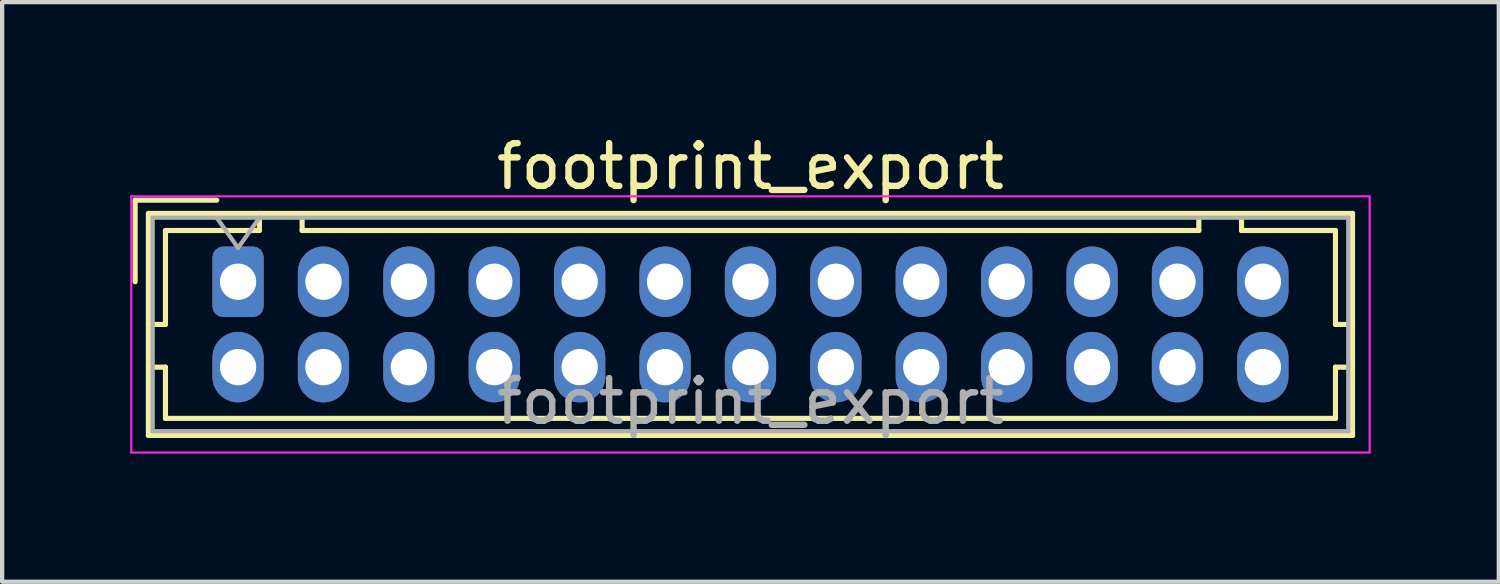
<source format=kicad_pcb>
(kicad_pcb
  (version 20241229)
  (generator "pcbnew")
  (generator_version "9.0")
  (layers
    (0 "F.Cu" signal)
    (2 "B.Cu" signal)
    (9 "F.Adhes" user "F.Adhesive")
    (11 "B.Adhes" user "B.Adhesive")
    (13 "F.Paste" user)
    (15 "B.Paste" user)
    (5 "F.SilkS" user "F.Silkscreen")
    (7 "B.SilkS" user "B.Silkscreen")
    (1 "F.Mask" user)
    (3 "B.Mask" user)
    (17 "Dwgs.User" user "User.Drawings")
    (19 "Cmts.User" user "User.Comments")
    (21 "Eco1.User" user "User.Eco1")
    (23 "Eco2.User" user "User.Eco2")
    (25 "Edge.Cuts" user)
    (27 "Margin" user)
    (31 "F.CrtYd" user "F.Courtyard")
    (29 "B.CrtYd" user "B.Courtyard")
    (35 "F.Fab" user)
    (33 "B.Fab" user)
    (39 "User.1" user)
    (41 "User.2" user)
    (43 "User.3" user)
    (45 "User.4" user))
  (footprint "footprint_export"
    (layer "F.Cu")
    (at 2.525 3.548)
    (property "Reference" "footprint_export" (at 12 -2.7 0) (layer "F.SilkS") (effects (font (size 1 1) (thickness 0.15))))
    (attr through_hole)
    (fp_line (start -2.41 -1.91) (end -0.5 -1.91) (stroke (width 0.12) (type solid)) (layer "F.SilkS"))
    (fp_line (start -2.41 0) (end -2.41 -1.91) (stroke (width 0.12) (type solid)) (layer "F.SilkS"))
    (fp_line (start -2.1 -1.6) (end -2.1 3.6) (stroke (width 0.12) (type solid)) (layer "F.SilkS"))
    (fp_line (start -2.1 1) (end -1.7 1) (stroke (width 0.12) (type solid)) (layer "F.SilkS"))
    (fp_line (start -2.1 2) (end -1.7 2) (stroke (width 0.12) (type solid)) (layer "F.SilkS"))
    (fp_line (start -2.1 3.6) (end 26.1 3.6) (stroke (width 0.12) (type solid)) (layer "F.SilkS"))
    (fp_line (start -1.7 -1.2) (end 0.5 -1.2) (stroke (width 0.12) (type solid)) (layer "F.SilkS"))
    (fp_line (start -1.7 1) (end -1.7 -1.2) (stroke (width 0.12) (type solid)) (layer "F.SilkS"))
    (fp_line (start -1.7 2) (end -1.7 3.2) (stroke (width 0.12) (type solid)) (layer "F.SilkS"))
    (fp_line (start -1.7 3.2) (end 25.7 3.2) (stroke (width 0.12) (type solid)) (layer "F.SilkS"))
    (fp_line (start 0.5 -1.2) (end 0.5 -1.6) (stroke (width 0.12) (type solid)) (layer "F.SilkS"))
    (fp_line (start 1.5 -1.6) (end 1.5 -1.2) (stroke (width 0.12) (type solid)) (layer "F.SilkS"))
    (fp_line (start 1.5 -1.2) (end 22.5 -1.2) (stroke (width 0.12) (type solid)) (layer "F.SilkS"))
    (fp_line (start 22.5 -1.2) (end 22.5 -1.6) (stroke (width 0.12) (type solid)) (layer "F.SilkS"))
    (fp_line (start 23.5 -1.2) (end 23.5 -1.6) (stroke (width 0.12) (type solid)) (layer "F.SilkS"))
    (fp_line (start 25.7 -1.2) (end 23.5 -1.2) (stroke (width 0.12) (type solid)) (layer "F.SilkS"))
    (fp_line (start 25.7 1) (end 25.7 -1.2) (stroke (width 0.12) (type solid)) (layer "F.SilkS"))
    (fp_line (start 25.7 2) (end 26.1 2) (stroke (width 0.12) (type solid)) (layer "F.SilkS"))
    (fp_line (start 25.7 3.2) (end 25.7 2) (stroke (width 0.12) (type solid)) (layer "F.SilkS"))
    (fp_line (start 26.1 -1.6) (end -2.1 -1.6) (stroke (width 0.12) (type solid)) (layer "F.SilkS"))
    (fp_line (start 26.1 1) (end 25.7 1) (stroke (width 0.12) (type solid)) (layer "F.SilkS"))
    (fp_line (start 26.1 3.6) (end 26.1 -1.6) (stroke (width 0.12) (type solid)) (layer "F.SilkS"))
    (fp_line (start -2.5 -2) (end -2.5 4) (stroke (width 0.05) (type solid)) (layer "F.CrtYd"))
    (fp_line (start -2.5 4) (end 26.5 4) (stroke (width 0.05) (type solid)) (layer "F.CrtYd"))
    (fp_line (start 26.5 -2) (end -2.5 -2) (stroke (width 0.05) (type solid)) (layer "F.CrtYd"))
    (fp_line (start 26.5 4) (end 26.5 -2) (stroke (width 0.05) (type solid)) (layer "F.CrtYd"))
    (fp_line (start -2 -1.5) (end -2 3.5) (stroke (width 0.1) (type solid)) (layer "F.Fab"))
    (fp_line (start -2 3.5) (end 26 3.5) (stroke (width 0.1) (type solid)) (layer "F.Fab"))
    (fp_line (start -0.5 -1.5) (end 0 -0.793) (stroke (width 0.1) (type solid)) (layer "F.Fab"))
    (fp_line (start 0 -0.793) (end 0.5 -1.5) (stroke (width 0.1) (type solid)) (layer "F.Fab"))
    (fp_line (start 26 -1.5) (end -2 -1.5) (stroke (width 0.1) (type solid)) (layer "F.Fab"))
    (fp_line (start 26 3.5) (end 26 -1.5) (stroke (width 0.1) (type solid)) (layer "F.Fab"))
    (fp_text user "${REFERENCE}" (at 12 2.8 0) (layer "F.Fab") (effects (font (size 1 1) (thickness 0.15))))
    (pad "1" thru_hole roundrect (at 0 0) (size 1.2 1.65) (drill 0.85) (layers "*.Cu" "*.Mask") (roundrect_rratio 0.208))
    (pad "2" thru_hole oval (at 0 2) (size 1.2 1.65) (drill 0.85) (layers "*.Cu" "*.Mask"))
    (pad "3" thru_hole oval (at 2 0) (size 1.2 1.65) (drill 0.85) (layers "*.Cu" "*.Mask"))
    (pad "4" thru_hole oval (at 2 2) (size 1.2 1.65) (drill 0.85) (layers "*.Cu" "*.Mask"))
    (pad "5" thru_hole oval (at 4 0) (size 1.2 1.65) (drill 0.85) (layers "*.Cu" "*.Mask"))
    (pad "6" thru_hole oval (at 4 2) (size 1.2 1.65) (drill 0.85) (layers "*.Cu" "*.Mask"))
    (pad "7" thru_hole oval (at 6 0) (size 1.2 1.65) (drill 0.85) (layers "*.Cu" "*.Mask"))
    (pad "8" thru_hole oval (at 6 2) (size 1.2 1.65) (drill 0.85) (layers "*.Cu" "*.Mask"))
    (pad "9" thru_hole oval (at 8 0) (size 1.2 1.65) (drill 0.85) (layers "*.Cu" "*.Mask"))
    (pad "10" thru_hole oval (at 8 2) (size 1.2 1.65) (drill 0.85) (layers "*.Cu" "*.Mask"))
    (pad "11" thru_hole oval (at 10 0) (size 1.2 1.65) (drill 0.85) (layers "*.Cu" "*.Mask"))
    (pad "12" thru_hole oval (at 10 2) (size 1.2 1.65) (drill 0.85) (layers "*.Cu" "*.Mask"))
    (pad "13" thru_hole oval (at 12 0) (size 1.2 1.65) (drill 0.85) (layers "*.Cu" "*.Mask"))
    (pad "14" thru_hole oval (at 12 2) (size 1.2 1.65) (drill 0.85) (layers "*.Cu" "*.Mask"))
    (pad "15" thru_hole oval (at 14 0) (size 1.2 1.65) (drill 0.85) (layers "*.Cu" "*.Mask"))
    (pad "16" thru_hole oval (at 14 2) (size 1.2 1.65) (drill 0.85) (layers "*.Cu" "*.Mask"))
    (pad "17" thru_hole oval (at 16 0) (size 1.2 1.65) (drill 0.85) (layers "*.Cu" "*.Mask"))
    (pad "18" thru_hole oval (at 16 2) (size 1.2 1.65) (drill 0.85) (layers "*.Cu" "*.Mask"))
    (pad "19" thru_hole oval (at 18 0) (size 1.2 1.65) (drill 0.85) (layers "*.Cu" "*.Mask"))
    (pad "20" thru_hole oval (at 18 2) (size 1.2 1.65) (drill 0.85) (layers "*.Cu" "*.Mask"))
    (pad "21" thru_hole oval (at 20 0) (size 1.2 1.65) (drill 0.85) (layers "*.Cu" "*.Mask"))
    (pad "22" thru_hole oval (at 20 2) (size 1.2 1.65) (drill 0.85) (layers "*.Cu" "*.Mask"))
    (pad "23" thru_hole oval (at 22 0) (size 1.2 1.65) (drill 0.85) (layers "*.Cu" "*.Mask"))
    (pad "24" thru_hole oval (at 22 2) (size 1.2 1.65) (drill 0.85) (layers "*.Cu" "*.Mask"))
    (pad "25" thru_hole oval (at 24 0) (size 1.2 1.65) (drill 0.85) (layers "*.Cu" "*.Mask"))
    (pad "26" thru_hole oval (at 24 2) (size 1.2 1.65) (drill 0.85) (layers "*.Cu" "*.Mask")))
  (gr_rect
    (start -3 -3)
    (end 32.05 10.573)
    (stroke (width 0.1) (type default))
    (fill no)
    (layer "Edge.Cuts")))
</source>
